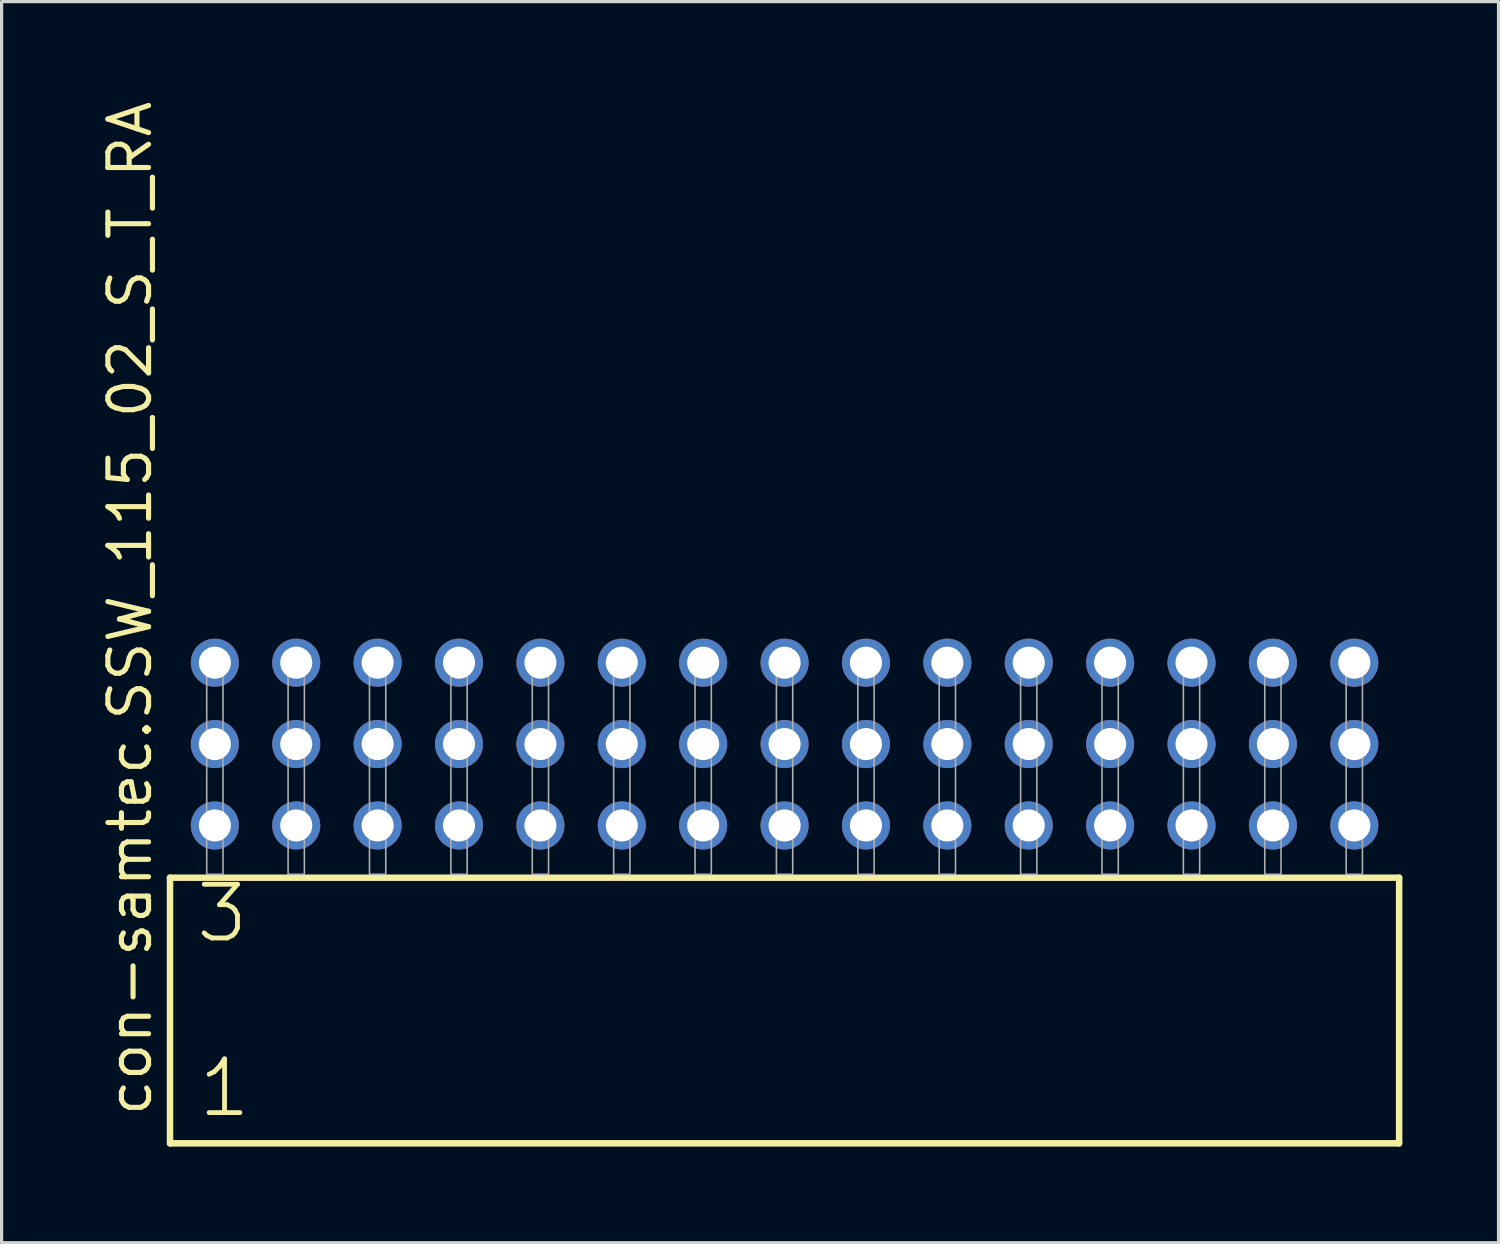
<source format=kicad_pcb>
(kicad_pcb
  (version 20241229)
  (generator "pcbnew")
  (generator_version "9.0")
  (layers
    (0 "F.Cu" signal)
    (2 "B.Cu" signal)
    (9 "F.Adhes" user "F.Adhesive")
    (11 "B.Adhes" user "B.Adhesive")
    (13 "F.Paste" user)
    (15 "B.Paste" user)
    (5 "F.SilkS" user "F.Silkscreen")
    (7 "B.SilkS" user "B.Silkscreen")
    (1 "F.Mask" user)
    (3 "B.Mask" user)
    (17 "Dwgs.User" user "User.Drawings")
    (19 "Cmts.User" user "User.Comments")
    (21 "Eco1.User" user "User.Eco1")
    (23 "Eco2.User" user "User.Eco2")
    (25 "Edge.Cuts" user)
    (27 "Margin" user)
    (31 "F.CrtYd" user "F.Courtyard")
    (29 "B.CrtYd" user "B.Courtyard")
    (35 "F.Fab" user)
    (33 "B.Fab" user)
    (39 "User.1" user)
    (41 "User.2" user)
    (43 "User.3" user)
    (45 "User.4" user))
  (footprint "con-samtec.SSW_115_02_S_T_RA"
    (layer "F.Cu")
    (at 21.435 24.235)
    (property "Reference" "con-samtec.SSW_115_02_S_T_RA" (at -19.685 7.62 90) (layer "F.SilkS") (effects (font (size 1.27 1.27) (thickness 0.16)) (justify left bottom)))
    (attr through_hole)
    (fp_line (start -19.179 0.106) (end -19.179 8.396) (stroke (width 0.203) (type default)) (layer "F.SilkS"))
    (fp_line (start -19.179 8.396) (end 19.179 8.396) (stroke (width 0.203) (type default)) (layer "F.SilkS"))
    (fp_line (start 19.179 0.106) (end -19.179 0.106) (stroke (width 0.203) (type default)) (layer "F.SilkS"))
    (fp_line (start 19.179 8.396) (end 19.179 0.106) (stroke (width 0.203) (type default)) (layer "F.SilkS"))
    (fp_rect (start -18.034 0) (end -17.526 -6.858) (stroke (width 0.05) (type default)) (fill no) (layer "F.Fab"))
    (fp_rect (start -15.494 0) (end -14.986 -6.858) (stroke (width 0.05) (type default)) (fill no) (layer "F.Fab"))
    (fp_rect (start -12.954 0) (end -12.446 -6.858) (stroke (width 0.05) (type default)) (fill no) (layer "F.Fab"))
    (fp_rect (start -10.414 0) (end -9.906 -6.858) (stroke (width 0.05) (type default)) (fill no) (layer "F.Fab"))
    (fp_rect (start -7.874 0) (end -7.366 -6.858) (stroke (width 0.05) (type default)) (fill no) (layer "F.Fab"))
    (fp_rect (start -5.334 0) (end -4.826 -6.858) (stroke (width 0.05) (type default)) (fill no) (layer "F.Fab"))
    (fp_rect (start -2.794 0) (end -2.286 -6.858) (stroke (width 0.05) (type default)) (fill no) (layer "F.Fab"))
    (fp_rect (start -0.254 0) (end 0.254 -6.858) (stroke (width 0.05) (type default)) (fill no) (layer "F.Fab"))
    (fp_rect (start 2.286 0) (end 2.794 -6.858) (stroke (width 0.05) (type default)) (fill no) (layer "F.Fab"))
    (fp_rect (start 4.826 0) (end 5.334 -6.858) (stroke (width 0.05) (type default)) (fill no) (layer "F.Fab"))
    (fp_rect (start 7.366 0) (end 7.874 -6.858) (stroke (width 0.05) (type default)) (fill no) (layer "F.Fab"))
    (fp_rect (start 9.906 0) (end 10.414 -6.858) (stroke (width 0.05) (type default)) (fill no) (layer "F.Fab"))
    (fp_rect (start 12.446 0) (end 12.954 -6.858) (stroke (width 0.05) (type default)) (fill no) (layer "F.Fab"))
    (fp_rect (start 14.986 0) (end 15.494 -6.858) (stroke (width 0.05) (type default)) (fill no) (layer "F.Fab"))
    (fp_rect (start 17.526 0) (end 18.034 -6.858) (stroke (width 0.05) (type default)) (fill no) (layer "F.Fab"))
    (fp_text user "1" (at -18.375 7.65 0) (layer "F.SilkS") (effects (font (size 1.676 1.676) (thickness 0.15)) (justify left bottom)))
    (fp_text user "3" (at -18.45 2.2 0) (layer "F.SilkS") (effects (font (size 1.676 1.676) (thickness 0.15)) (justify left bottom)))
    (pad "1" thru_hole circle (at -17.78 -1.524) (size 1.5 1.5) (drill 1) (layers "*.Cu" "*.Mask"))
    (pad "2" thru_hole circle (at -17.78 -4.064) (size 1.5 1.5) (drill 1) (layers "*.Cu" "*.Mask"))
    (pad "3" thru_hole circle (at -17.78 -6.604) (size 1.5 1.5) (drill 1) (layers "*.Cu" "*.Mask"))
    (pad "4" thru_hole circle (at -15.24 -1.524) (size 1.5 1.5) (drill 1) (layers "*.Cu" "*.Mask"))
    (pad "5" thru_hole circle (at -15.24 -4.064) (size 1.5 1.5) (drill 1) (layers "*.Cu" "*.Mask"))
    (pad "6" thru_hole circle (at -15.24 -6.604) (size 1.5 1.5) (drill 1) (layers "*.Cu" "*.Mask"))
    (pad "7" thru_hole circle (at -12.7 -1.524) (size 1.5 1.5) (drill 1) (layers "*.Cu" "*.Mask"))
    (pad "8" thru_hole circle (at -12.7 -4.064) (size 1.5 1.5) (drill 1) (layers "*.Cu" "*.Mask"))
    (pad "9" thru_hole circle (at -12.7 -6.604) (size 1.5 1.5) (drill 1) (layers "*.Cu" "*.Mask"))
    (pad "10" thru_hole circle (at -10.16 -1.524) (size 1.5 1.5) (drill 1) (layers "*.Cu" "*.Mask"))
    (pad "11" thru_hole circle (at -10.16 -4.064) (size 1.5 1.5) (drill 1) (layers "*.Cu" "*.Mask"))
    (pad "12" thru_hole circle (at -10.16 -6.604) (size 1.5 1.5) (drill 1) (layers "*.Cu" "*.Mask"))
    (pad "13" thru_hole circle (at -7.62 -1.524) (size 1.5 1.5) (drill 1) (layers "*.Cu" "*.Mask"))
    (pad "14" thru_hole circle (at -7.62 -4.064) (size 1.5 1.5) (drill 1) (layers "*.Cu" "*.Mask"))
    (pad "15" thru_hole circle (at -7.62 -6.604) (size 1.5 1.5) (drill 1) (layers "*.Cu" "*.Mask"))
    (pad "16" thru_hole circle (at -5.08 -1.524) (size 1.5 1.5) (drill 1) (layers "*.Cu" "*.Mask"))
    (pad "17" thru_hole circle (at -5.08 -4.064) (size 1.5 1.5) (drill 1) (layers "*.Cu" "*.Mask"))
    (pad "18" thru_hole circle (at -5.08 -6.604) (size 1.5 1.5) (drill 1) (layers "*.Cu" "*.Mask"))
    (pad "19" thru_hole circle (at -2.54 -1.524) (size 1.5 1.5) (drill 1) (layers "*.Cu" "*.Mask"))
    (pad "20" thru_hole circle (at -2.54 -4.064) (size 1.5 1.5) (drill 1) (layers "*.Cu" "*.Mask"))
    (pad "21" thru_hole circle (at -2.54 -6.604) (size 1.5 1.5) (drill 1) (layers "*.Cu" "*.Mask"))
    (pad "22" thru_hole circle (at 0 -1.524) (size 1.5 1.5) (drill 1) (layers "*.Cu" "*.Mask"))
    (pad "23" thru_hole circle (at 0 -4.064) (size 1.5 1.5) (drill 1) (layers "*.Cu" "*.Mask"))
    (pad "24" thru_hole circle (at 0 -6.604) (size 1.5 1.5) (drill 1) (layers "*.Cu" "*.Mask"))
    (pad "25" thru_hole circle (at 2.54 -1.524) (size 1.5 1.5) (drill 1) (layers "*.Cu" "*.Mask"))
    (pad "26" thru_hole circle (at 2.54 -4.064) (size 1.5 1.5) (drill 1) (layers "*.Cu" "*.Mask"))
    (pad "27" thru_hole circle (at 2.54 -6.604) (size 1.5 1.5) (drill 1) (layers "*.Cu" "*.Mask"))
    (pad "28" thru_hole circle (at 5.08 -1.524) (size 1.5 1.5) (drill 1) (layers "*.Cu" "*.Mask"))
    (pad "29" thru_hole circle (at 5.08 -4.064) (size 1.5 1.5) (drill 1) (layers "*.Cu" "*.Mask"))
    (pad "30" thru_hole circle (at 5.08 -6.604) (size 1.5 1.5) (drill 1) (layers "*.Cu" "*.Mask"))
    (pad "31" thru_hole circle (at 7.62 -1.524) (size 1.5 1.5) (drill 1) (layers "*.Cu" "*.Mask"))
    (pad "32" thru_hole circle (at 7.62 -4.064) (size 1.5 1.5) (drill 1) (layers "*.Cu" "*.Mask"))
    (pad "33" thru_hole circle (at 7.62 -6.604) (size 1.5 1.5) (drill 1) (layers "*.Cu" "*.Mask"))
    (pad "34" thru_hole circle (at 10.16 -1.524) (size 1.5 1.5) (drill 1) (layers "*.Cu" "*.Mask"))
    (pad "35" thru_hole circle (at 10.16 -4.064) (size 1.5 1.5) (drill 1) (layers "*.Cu" "*.Mask"))
    (pad "36" thru_hole circle (at 10.16 -6.604) (size 1.5 1.5) (drill 1) (layers "*.Cu" "*.Mask"))
    (pad "37" thru_hole circle (at 12.7 -1.524) (size 1.5 1.5) (drill 1) (layers "*.Cu" "*.Mask"))
    (pad "38" thru_hole circle (at 12.7 -4.064) (size 1.5 1.5) (drill 1) (layers "*.Cu" "*.Mask"))
    (pad "39" thru_hole circle (at 12.7 -6.604) (size 1.5 1.5) (drill 1) (layers "*.Cu" "*.Mask"))
    (pad "40" thru_hole circle (at 15.24 -1.524) (size 1.5 1.5) (drill 1) (layers "*.Cu" "*.Mask"))
    (pad "41" thru_hole circle (at 15.24 -4.064) (size 1.5 1.5) (drill 1) (layers "*.Cu" "*.Mask"))
    (pad "42" thru_hole circle (at 15.24 -6.604) (size 1.5 1.5) (drill 1) (layers "*.Cu" "*.Mask"))
    (pad "43" thru_hole circle (at 17.78 -1.524) (size 1.5 1.5) (drill 1) (layers "*.Cu" "*.Mask"))
    (pad "44" thru_hole circle (at 17.78 -4.064) (size 1.5 1.5) (drill 1) (layers "*.Cu" "*.Mask"))
    (pad "45" thru_hole circle (at 17.78 -6.604) (size 1.5 1.5) (drill 1) (layers "*.Cu" "*.Mask")))
  (gr_rect
    (start -3 -3)
    (end 43.716 35.733)
    (stroke (width 0.1) (type default))
    (fill no)
    (layer "Edge.Cuts")))
</source>
